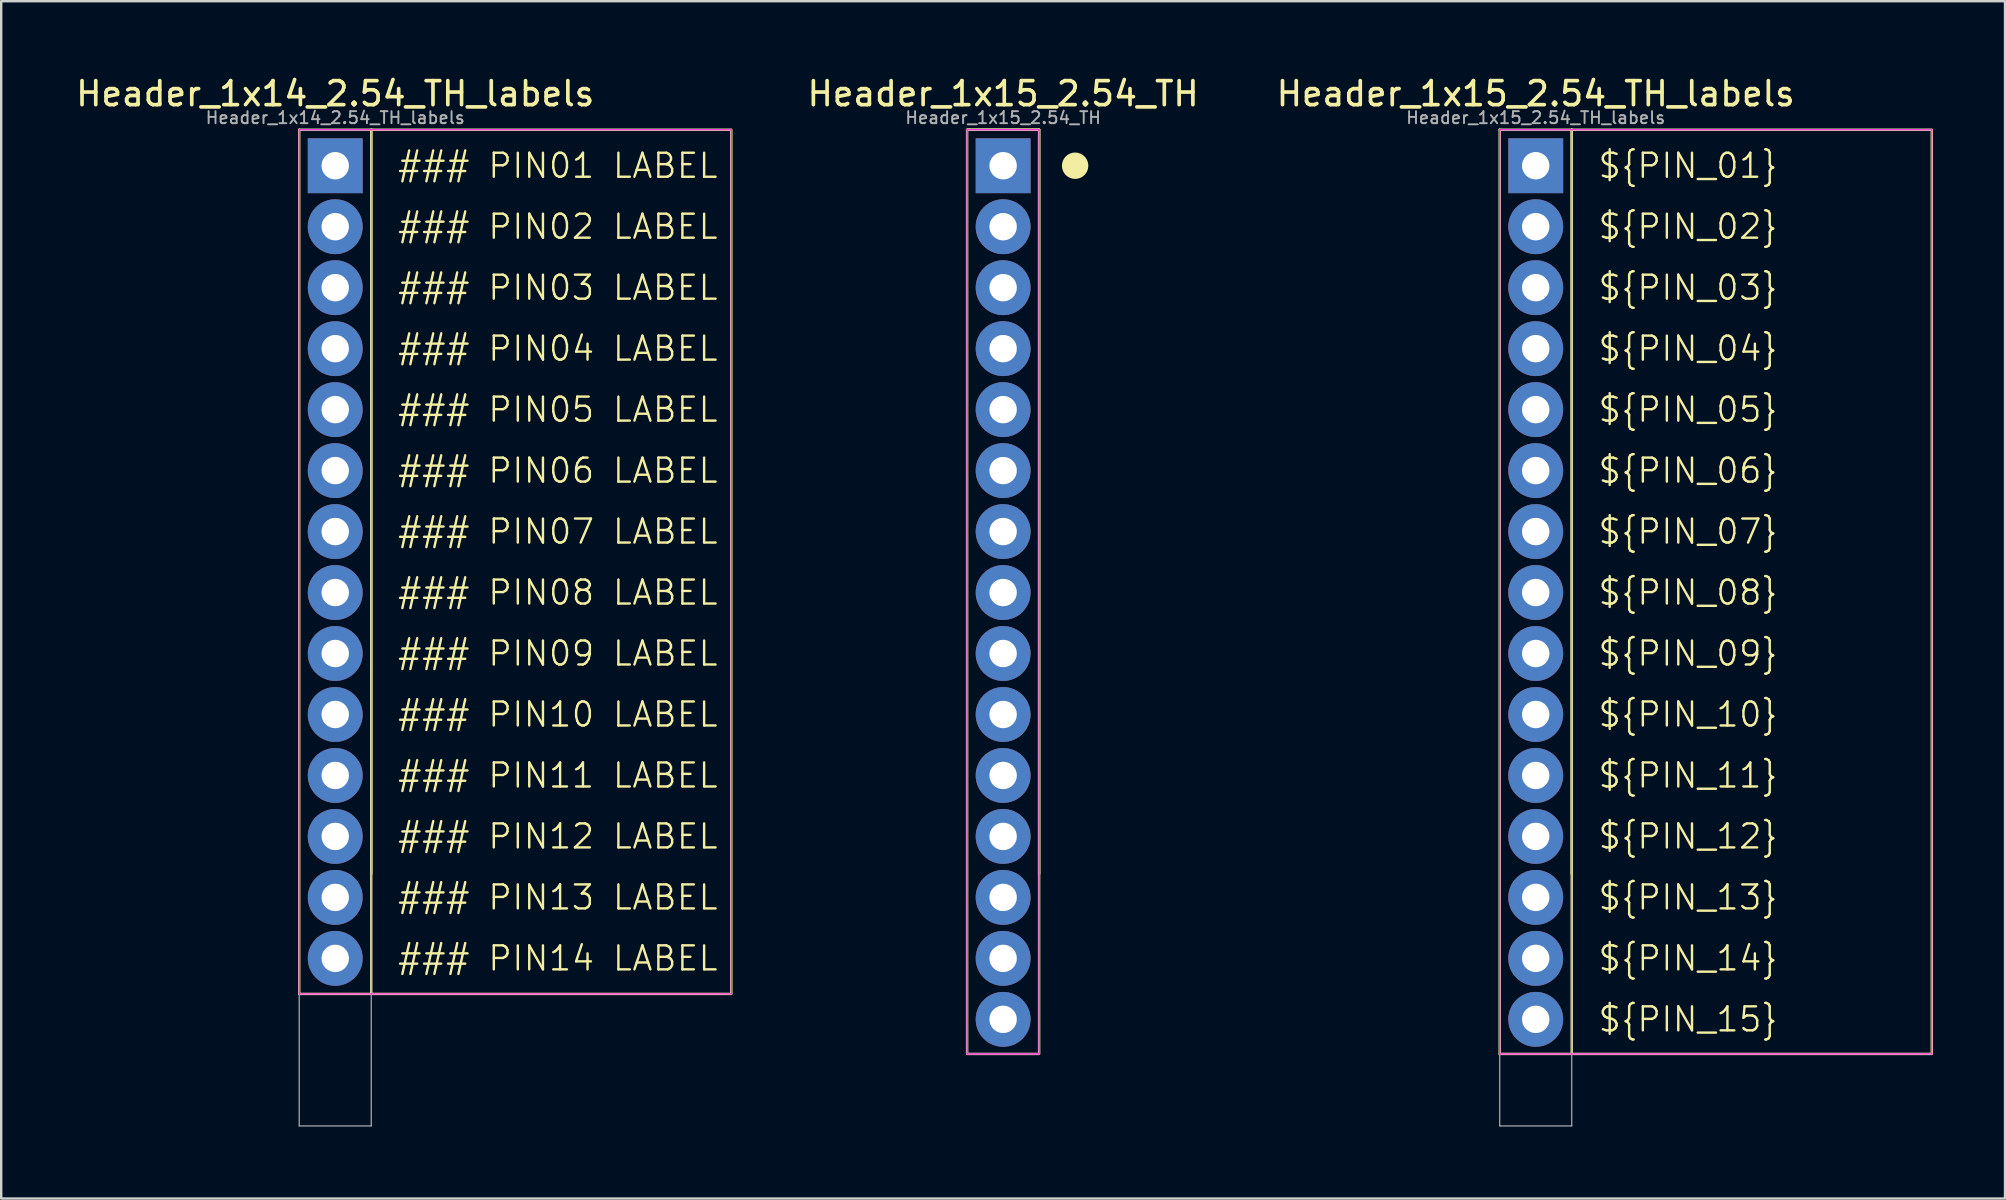
<source format=kicad_pcb>
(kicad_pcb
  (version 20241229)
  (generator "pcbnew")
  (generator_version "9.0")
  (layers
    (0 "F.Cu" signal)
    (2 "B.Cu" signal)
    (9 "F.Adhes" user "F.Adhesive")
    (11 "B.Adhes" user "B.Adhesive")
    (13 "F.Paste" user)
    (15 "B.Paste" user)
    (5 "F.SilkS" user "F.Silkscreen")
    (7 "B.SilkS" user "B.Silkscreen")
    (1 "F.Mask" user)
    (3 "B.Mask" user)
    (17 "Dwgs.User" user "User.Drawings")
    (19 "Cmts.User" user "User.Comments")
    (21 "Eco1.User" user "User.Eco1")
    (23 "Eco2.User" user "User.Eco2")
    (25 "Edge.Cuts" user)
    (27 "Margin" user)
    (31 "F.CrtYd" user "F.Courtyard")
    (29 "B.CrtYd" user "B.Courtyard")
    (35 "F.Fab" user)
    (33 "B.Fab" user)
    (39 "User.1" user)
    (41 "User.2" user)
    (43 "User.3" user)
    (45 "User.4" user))
  (footprint "Header_1x15_2.54_TH_labels"
    (layer "F.Cu")
    (at 60.925 3.854)
    (property "Reference" "Header_1x15_2.54_TH_labels" (at 0 -3 0) (layer "F.SilkS") (effects (font (size 1 1) (thickness 0.153))))
    (attr through_hole)
    (fp_line (start -1.5 -1.5) (end 1.5 -1.5) (stroke (width 0.1) (type default)) (layer "F.SilkS"))
    (fp_line (start -1.5 37) (end -1.5 -1.5) (stroke (width 0.1) (type default)) (layer "F.SilkS"))
    (fp_line (start 1.5 -1.5) (end 1.5 29.5) (stroke (width 0.1) (type default)) (layer "F.SilkS"))
    (fp_line (start 1.5 37) (end -1.5 37) (stroke (width 0.1) (type default)) (layer "F.SilkS"))
    (fp_rect (start 1.5 -1.5) (end 16.5 37) (stroke (width 0.1) (type default)) (fill no) (layer "F.SilkS"))
    (fp_line (start -1.5 -1.5) (end 16.5 -1.5) (stroke (width 0.05) (type default)) (layer "F.CrtYd"))
    (fp_line (start -1.5 37) (end -1.5 -1.5) (stroke (width 0.05) (type default)) (layer "F.CrtYd"))
    (fp_line (start 16.5 -1.5) (end 16.5 37) (stroke (width 0.05) (type default)) (layer "F.CrtYd"))
    (fp_line (start 16.5 37) (end -1.5 37) (stroke (width 0.05) (type default)) (layer "F.CrtYd"))
    (fp_line (start -1.5 -1.5) (end 1.5 -1.5) (stroke (width 0.05) (type default)) (layer "F.Fab"))
    (fp_line (start -1.5 40) (end -1.5 -1.5) (stroke (width 0.05) (type default)) (layer "F.Fab"))
    (fp_line (start 1.5 -1.5) (end 1.5 40) (stroke (width 0.05) (type default)) (layer "F.Fab"))
    (fp_line (start 1.5 40) (end -1.5 40) (stroke (width 0.05) (type default)) (layer "F.Fab"))
    (fp_text user "${PIN_05}" (at 2.54 10.16 0) (unlocked yes) (layer "F.SilkS") (effects (font (size 1 1) (thickness 0.1)) (justify left)))
    (fp_text user "${PIN_10}" (at 2.54 22.86 0) (unlocked yes) (layer "F.SilkS") (effects (font (size 1 1) (thickness 0.1)) (justify left)))
    (fp_text user "${PIN_04}" (at 2.54 7.62 0) (unlocked yes) (layer "F.SilkS") (effects (font (size 1 1) (thickness 0.1)) (justify left)))
    (fp_text user "${PIN_13}" (at 2.54 30.48 0) (unlocked yes) (layer "F.SilkS") (effects (font (size 1 1) (thickness 0.1)) (justify left)))
    (fp_text user "${PIN_15}" (at 2.54 35.56 0) (unlocked yes) (layer "F.SilkS") (effects (font (size 1 1) (thickness 0.1)) (justify left)))
    (fp_text user "${PIN_07}" (at 2.54 15.24 0) (unlocked yes) (layer "F.SilkS") (effects (font (size 1 1) (thickness 0.1)) (justify left)))
    (fp_text user "${PIN_09}" (at 2.54 20.32 0) (unlocked yes) (layer "F.SilkS") (effects (font (size 1 1) (thickness 0.1)) (justify left)))
    (fp_text user "${PIN_08}" (at 2.54 17.78 0) (unlocked yes) (layer "F.SilkS") (effects (font (size 1 1) (thickness 0.1)) (justify left)))
    (fp_text user "${PIN_06}" (at 2.54 12.7 0) (unlocked yes) (layer "F.SilkS") (effects (font (size 1 1) (thickness 0.1)) (justify left)))
    (fp_text user "${PIN_11}" (at 2.54 25.4 0) (unlocked yes) (layer "F.SilkS") (effects (font (size 1 1) (thickness 0.1)) (justify left)))
    (fp_text user "${PIN_02}" (at 2.54 2.54 0) (unlocked yes) (layer "F.SilkS") (effects (font (size 1 1) (thickness 0.1)) (justify left)))
    (fp_text user "${PIN_14}" (at 2.54 33.02 0) (unlocked yes) (layer "F.SilkS") (effects (font (size 1 1) (thickness 0.1)) (justify left)))
    (fp_text user "${PIN_03}" (at 2.54 5.08 0) (unlocked yes) (layer "F.SilkS") (effects (font (size 1 1) (thickness 0.1)) (justify left)))
    (fp_text user "${PIN_01}" (at 2.54 0 0) (unlocked yes) (layer "F.SilkS") (effects (font (size 1 1) (thickness 0.1)) (justify left)))
    (fp_text user "${PIN_12}" (at 2.54 27.94 0) (unlocked yes) (layer "F.SilkS") (effects (font (size 1 1) (thickness 0.1)) (justify left)))
    (fp_text user "${REFERENCE}" (at 0 -2 0) (layer "F.Fab") (effects (font (size 0.5 0.5) (thickness 0.08))))
    (pad "1" thru_hole rect (at 0 0) (size 2.286 2.286) (drill 1.143) (layers "*.Cu" "*.Mask"))
    (pad "2" thru_hole circle (at 0 2.54) (size 2.286 2.286) (drill 1.143) (layers "*.Cu" "*.Mask"))
    (pad "3" thru_hole circle (at 0 5.08) (size 2.286 2.286) (drill 1.143) (layers "*.Cu" "*.Mask"))
    (pad "4" thru_hole circle (at 0 7.62) (size 2.286 2.286) (drill 1.143) (layers "*.Cu" "*.Mask"))
    (pad "5" thru_hole circle (at 0 10.16) (size 2.286 2.286) (drill 1.143) (layers "*.Cu" "*.Mask"))
    (pad "6" thru_hole circle (at 0 12.7) (size 2.286 2.286) (drill 1.143) (layers "*.Cu" "*.Mask"))
    (pad "7" thru_hole circle (at 0 15.24) (size 2.286 2.286) (drill 1.143) (layers "*.Cu" "*.Mask"))
    (pad "8" thru_hole circle (at 0 17.78) (size 2.286 2.286) (drill 1.143) (layers "*.Cu" "*.Mask"))
    (pad "9" thru_hole circle (at 0 20.32) (size 2.286 2.286) (drill 1.143) (layers "*.Cu" "*.Mask"))
    (pad "10" thru_hole circle (at 0 22.86) (size 2.286 2.286) (drill 1.143) (layers "*.Cu" "*.Mask"))
    (pad "11" thru_hole circle (at 0 25.4) (size 2.286 2.286) (drill 1.143) (layers "*.Cu" "*.Mask"))
    (pad "12" thru_hole circle (at 0 27.94) (size 2.286 2.286) (drill 1.143) (layers "*.Cu" "*.Mask"))
    (pad "13" thru_hole circle (at 0 30.48) (size 2.286 2.286) (drill 1.143) (layers "*.Cu" "*.Mask"))
    (pad "14" thru_hole circle (at 0 33.02) (size 2.286 2.286) (drill 1.143) (layers "*.Cu" "*.Mask"))
    (pad "15" thru_hole circle (at 0 35.56) (size 2.286 2.286) (drill 1.143) (layers "*.Cu" "*.Mask")))
  (footprint "Header_1x14_2.54_TH_labels"
    (layer "F.Cu")
    (at 10.915 3.854)
    (property "Reference" "Header_1x14_2.54_TH_labels" (at 0 -3 0) (layer "F.SilkS") (effects (font (size 1 1) (thickness 0.153))))
    (attr through_hole)
    (fp_line (start -1.5 -1.5) (end 1.5 -1.5) (stroke (width 0.1) (type default)) (layer "F.SilkS"))
    (fp_line (start -1.5 34.5) (end -1.5 -1.5) (stroke (width 0.1) (type default)) (layer "F.SilkS"))
    (fp_line (start 1.5 -1.5) (end 1.5 29.5) (stroke (width 0.1) (type default)) (layer "F.SilkS"))
    (fp_line (start 1.5 34.5) (end -1.5 34.5) (stroke (width 0.1) (type default)) (layer "F.SilkS"))
    (fp_rect (start 1.5 -1.5) (end 16.5 34.5) (stroke (width 0.1) (type default)) (fill no) (layer "F.SilkS"))
    (fp_line (start -1.5 -1.5) (end 16.5 -1.5) (stroke (width 0.05) (type default)) (layer "F.CrtYd"))
    (fp_line (start -1.5 34.5) (end -1.5 -1.5) (stroke (width 0.05) (type default)) (layer "F.CrtYd"))
    (fp_line (start 16.5 -1.5) (end 16.5 34.5) (stroke (width 0.05) (type default)) (layer "F.CrtYd"))
    (fp_line (start 16.5 34.5) (end -1.5 34.5) (stroke (width 0.05) (type default)) (layer "F.CrtYd"))
    (fp_line (start -1.5 -1.5) (end 1.5 -1.5) (stroke (width 0.05) (type default)) (layer "F.Fab"))
    (fp_line (start -1.5 40) (end -1.5 -1.5) (stroke (width 0.05) (type default)) (layer "F.Fab"))
    (fp_line (start 1.5 -1.5) (end 1.5 40) (stroke (width 0.05) (type default)) (layer "F.Fab"))
    (fp_line (start 1.5 40) (end -1.5 40) (stroke (width 0.05) (type default)) (layer "F.Fab"))
    (fp_text user "### PIN01 LABEL" (at 2.54 0 0) (unlocked yes) (layer "F.SilkS") (effects (font (size 1 1) (thickness 0.1)) (justify left)))
    (fp_text user "### PIN09 LABEL" (at 2.54 20.32 0) (unlocked yes) (layer "F.SilkS") (effects (font (size 1 1) (thickness 0.1)) (justify left)))
    (fp_text user "### PIN10 LABEL" (at 2.54 22.86 0) (unlocked yes) (layer "F.SilkS") (effects (font (size 1 1) (thickness 0.1)) (justify left)))
    (fp_text user "### PIN06 LABEL" (at 2.54 12.7 0) (unlocked yes) (layer "F.SilkS") (effects (font (size 1 1) (thickness 0.1)) (justify left)))
    (fp_text user "### PIN11 LABEL" (at 2.54 25.4 0) (unlocked yes) (layer "F.SilkS") (effects (font (size 1 1) (thickness 0.1)) (justify left)))
    (fp_text user "### PIN07 LABEL" (at 2.54 15.24 0) (unlocked yes) (layer "F.SilkS") (effects (font (size 1 1) (thickness 0.1)) (justify left)))
    (fp_text user "### PIN04 LABEL" (at 2.54 7.62 0) (unlocked yes) (layer "F.SilkS") (effects (font (size 1 1) (thickness 0.1)) (justify left)))
    (fp_text user "### PIN12 LABEL" (at 2.54 27.94 0) (unlocked yes) (layer "F.SilkS") (effects (font (size 1 1) (thickness 0.1)) (justify left)))
    (fp_text user "### PIN14 LABEL" (at 2.54 33.02 0) (unlocked yes) (layer "F.SilkS") (effects (font (size 1 1) (thickness 0.1)) (justify left)))
    (fp_text user "### PIN08 LABEL" (at 2.54 17.78 0) (unlocked yes) (layer "F.SilkS") (effects (font (size 1 1) (thickness 0.1)) (justify left)))
    (fp_text user "### PIN05 LABEL" (at 2.54 10.16 0) (unlocked yes) (layer "F.SilkS") (effects (font (size 1 1) (thickness 0.1)) (justify left)))
    (fp_text user "### PIN02 LABEL" (at 2.54 2.54 0) (unlocked yes) (layer "F.SilkS") (effects (font (size 1 1) (thickness 0.1)) (justify left)))
    (fp_text user "### PIN13 LABEL" (at 2.54 30.48 0) (unlocked yes) (layer "F.SilkS") (effects (font (size 1 1) (thickness 0.1)) (justify left)))
    (fp_text user "### PIN03 LABEL" (at 2.54 5.08 0) (unlocked yes) (layer "F.SilkS") (effects (font (size 1 1) (thickness 0.1)) (justify left)))
    (fp_text user "${REFERENCE}" (at 0 -2 0) (layer "F.Fab") (effects (font (size 0.5 0.5) (thickness 0.08))))
    (pad "1" thru_hole rect (at 0 0) (size 2.286 2.286) (drill 1.143) (layers "*.Cu" "*.Mask"))
    (pad "2" thru_hole circle (at 0 2.54) (size 2.286 2.286) (drill 1.143) (layers "*.Cu" "*.Mask"))
    (pad "3" thru_hole circle (at 0 5.08) (size 2.286 2.286) (drill 1.143) (layers "*.Cu" "*.Mask"))
    (pad "4" thru_hole circle (at 0 7.62) (size 2.286 2.286) (drill 1.143) (layers "*.Cu" "*.Mask"))
    (pad "5" thru_hole circle (at 0 10.16) (size 2.286 2.286) (drill 1.143) (layers "*.Cu" "*.Mask"))
    (pad "6" thru_hole circle (at 0 12.7) (size 2.286 2.286) (drill 1.143) (layers "*.Cu" "*.Mask"))
    (pad "7" thru_hole circle (at 0 15.24) (size 2.286 2.286) (drill 1.143) (layers "*.Cu" "*.Mask"))
    (pad "8" thru_hole circle (at 0 17.78) (size 2.286 2.286) (drill 1.143) (layers "*.Cu" "*.Mask"))
    (pad "9" thru_hole circle (at 0 20.32) (size 2.286 2.286) (drill 1.143) (layers "*.Cu" "*.Mask"))
    (pad "10" thru_hole circle (at 0 22.86) (size 2.286 2.286) (drill 1.143) (layers "*.Cu" "*.Mask"))
    (pad "11" thru_hole circle (at 0 25.4) (size 2.286 2.286) (drill 1.143) (layers "*.Cu" "*.Mask"))
    (pad "12" thru_hole circle (at 0 27.94) (size 2.286 2.286) (drill 1.143) (layers "*.Cu" "*.Mask"))
    (pad "13" thru_hole circle (at 0 30.48) (size 2.286 2.286) (drill 1.143) (layers "*.Cu" "*.Mask"))
    (pad "14" thru_hole circle (at 0 33.02) (size 2.286 2.286) (drill 1.143) (layers "*.Cu" "*.Mask")))
  (footprint "Header_1x15_2.54_TH"
    (layer "F.Cu")
    (at 38.738 3.854)
    (property "Reference" "Header_1x15_2.54_TH" (at 0 -3 0) (layer "F.SilkS") (effects (font (size 1 1) (thickness 0.153))))
    (attr through_hole)
    (fp_line (start -1.5 -1.5) (end 1.5 -1.5) (stroke (width 0.1) (type default)) (layer "F.SilkS"))
    (fp_line (start 1.5 -1.5) (end 1.5 29.5) (stroke (width 0.1) (type default)) (layer "F.SilkS"))
    (fp_rect (start -1.5 -1.5) (end 1.5 37) (stroke (width 0.1) (type default)) (fill no) (layer "F.SilkS"))
    (fp_circle (center 3 0) (end 3.5 0) (stroke (width 0.1) (type solid)) (fill yes) (layer "F.SilkS"))
    (fp_line (start -1.5 -1.5) (end 1.5 -1.5) (stroke (width 0.05) (type default)) (layer "F.CrtYd"))
    (fp_line (start -1.5 37) (end -1.5 -1.5) (stroke (width 0.05) (type default)) (layer "F.CrtYd"))
    (fp_line (start 1.5 -1.5) (end 1.5 37) (stroke (width 0.05) (type default)) (layer "F.CrtYd"))
    (fp_line (start 1.5 37) (end -1.5 37) (stroke (width 0.05) (type default)) (layer "F.CrtYd"))
    (fp_line (start -1.5 -1.5) (end 1.5 -1.5) (stroke (width 0.05) (type default)) (layer "F.Fab"))
    (fp_line (start -1.5 37) (end -1.5 -1.5) (stroke (width 0.05) (type default)) (layer "F.Fab"))
    (fp_line (start 1.5 -1.5) (end 1.5 37) (stroke (width 0.05) (type default)) (layer "F.Fab"))
    (fp_line (start 1.5 37) (end -1.5 37) (stroke (width 0.05) (type default)) (layer "F.Fab"))
    (fp_text user "${REFERENCE}" (at 0 -2 0) (layer "F.Fab") (effects (font (size 0.5 0.5) (thickness 0.08))))
    (pad "1" thru_hole rect (at 0 0) (size 2.286 2.286) (drill 1.143) (layers "*.Cu" "*.Mask"))
    (pad "2" thru_hole circle (at 0 2.54) (size 2.286 2.286) (drill 1.143) (layers "*.Cu" "*.Mask"))
    (pad "3" thru_hole circle (at 0 5.08) (size 2.286 2.286) (drill 1.143) (layers "*.Cu" "*.Mask"))
    (pad "4" thru_hole circle (at 0 7.62) (size 2.286 2.286) (drill 1.143) (layers "*.Cu" "*.Mask"))
    (pad "5" thru_hole circle (at 0 10.16) (size 2.286 2.286) (drill 1.143) (layers "*.Cu" "*.Mask"))
    (pad "6" thru_hole circle (at 0 12.7) (size 2.286 2.286) (drill 1.143) (layers "*.Cu" "*.Mask"))
    (pad "7" thru_hole circle (at 0 15.24) (size 2.286 2.286) (drill 1.143) (layers "*.Cu" "*.Mask"))
    (pad "8" thru_hole circle (at 0 17.78) (size 2.286 2.286) (drill 1.143) (layers "*.Cu" "*.Mask"))
    (pad "9" thru_hole circle (at 0 20.32) (size 2.286 2.286) (drill 1.143) (layers "*.Cu" "*.Mask"))
    (pad "10" thru_hole circle (at 0 22.86) (size 2.286 2.286) (drill 1.143) (layers "*.Cu" "*.Mask"))
    (pad "11" thru_hole circle (at 0 25.4) (size 2.286 2.286) (drill 1.143) (layers "*.Cu" "*.Mask"))
    (pad "12" thru_hole circle (at 0 27.94) (size 2.286 2.286) (drill 1.143) (layers "*.Cu" "*.Mask"))
    (pad "13" thru_hole circle (at 0 30.48) (size 2.286 2.286) (drill 1.143) (layers "*.Cu" "*.Mask"))
    (pad "14" thru_hole circle (at 0 33.02) (size 2.286 2.286) (drill 1.143) (layers "*.Cu" "*.Mask"))
    (pad "15" thru_hole circle (at 0 35.56) (size 2.286 2.286) (drill 1.143) (layers "*.Cu" "*.Mask")))
  (gr_rect
    (start -3 -3)
    (end 80.475 46.879)
    (stroke (width 0.1) (type default))
    (fill no)
    (layer "Edge.Cuts")))
</source>
